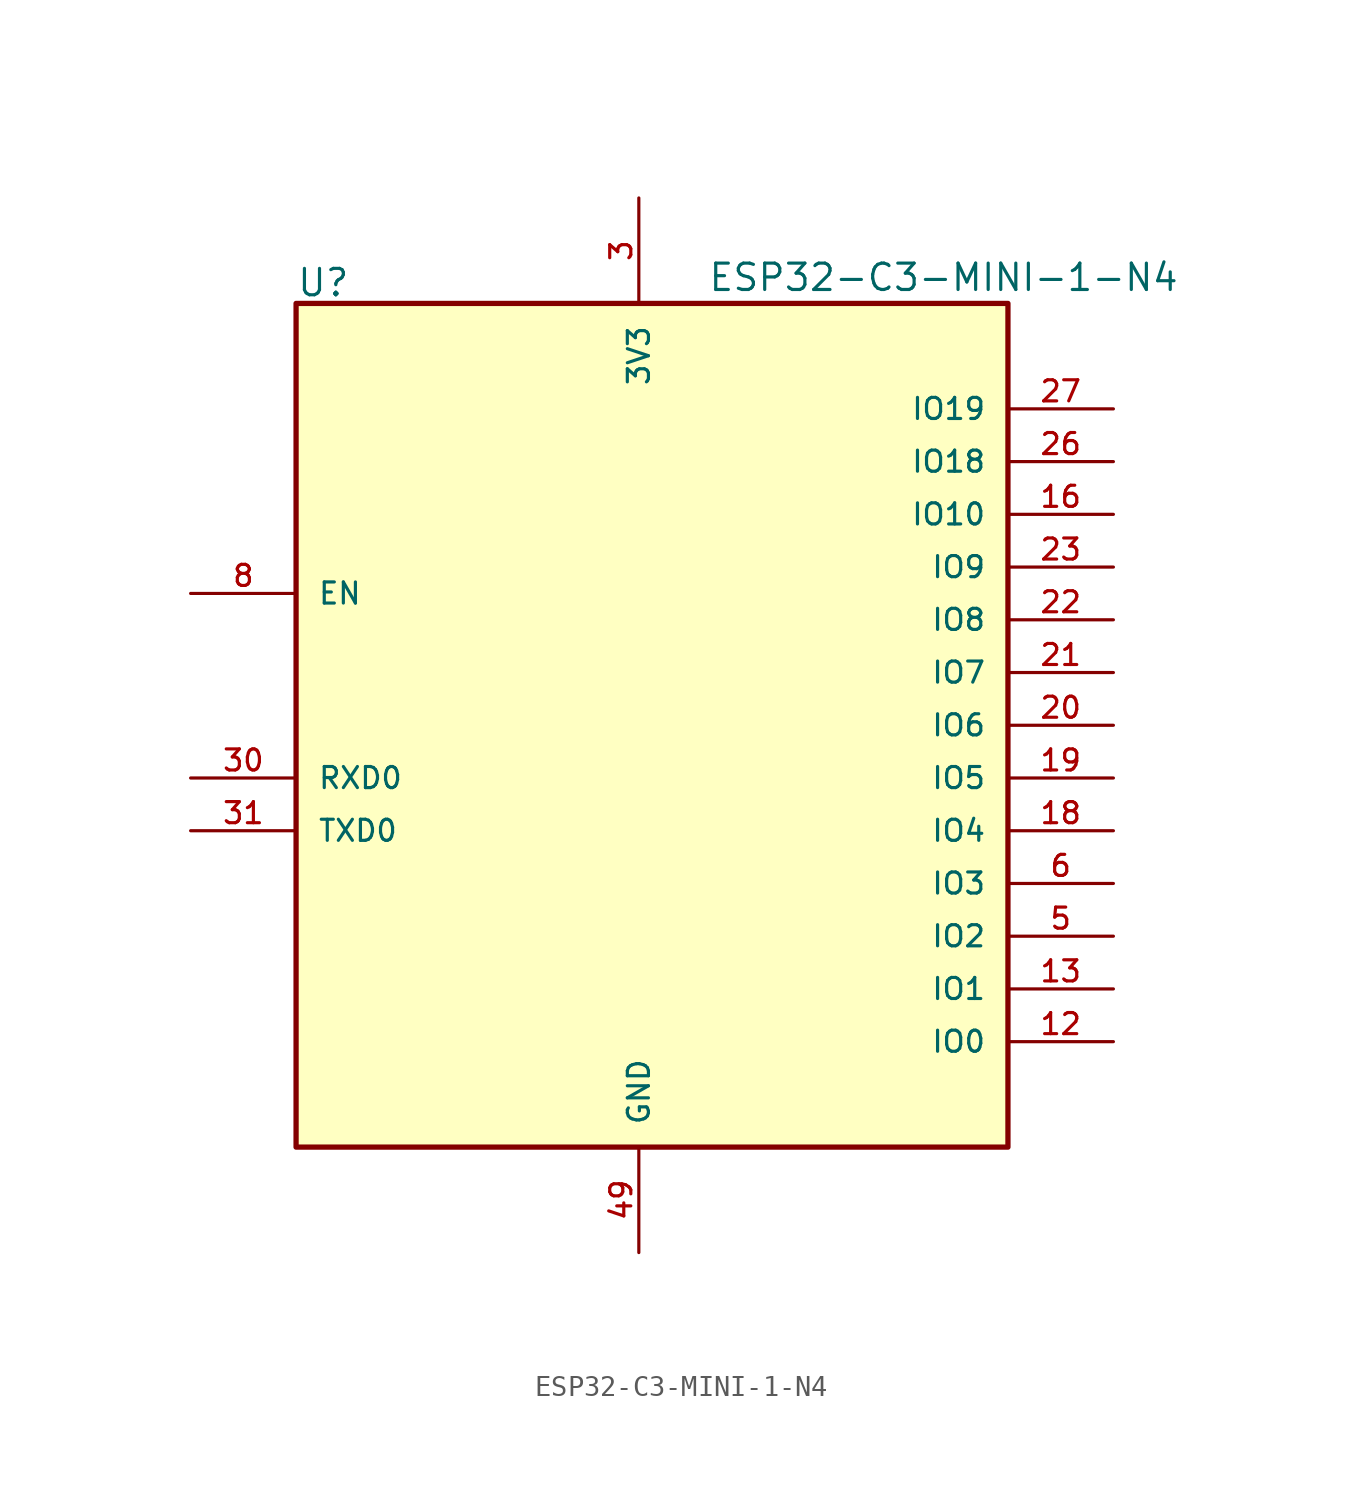
<source format=kicad_sym>
(kicad_symbol_lib
  (version 20231120)
  (generator "kicad_symbol_editor")
  (generator_version "8.0")
  (symbol "ESP32-C3-MINI-1-N4"
    (pin_names
      (offset 1.016))
    (property "Reference" "U"
      (at -16.51 18.034 0)
      (effects (font (size 1.27 1.27)) (justify left bottom)))
    (property "Value" "ESP32-C3-MINI-1-N4"
      (at 3.302 18.288 0)
      (effects (font (size 1.27 1.27)) (justify left bottom)))
    (symbol "ESP32-C3-MINI-1-N4_0_0"
      (rectangle (start -16.51 17.78) (end 17.78 -22.86) (stroke (width 0.254) (type default)) (fill (type background)))
      (pin bidirectional line (at 22.86 -17.78 180) (length 5.08) (name "IO0" (effects (font (size 1.016 1.016)))) (number "12" (effects (font (size 1.016 1.016)))))
      (pin bidirectional line (at 22.86 -15.24 180) (length 5.08) (name "IO1" (effects (font (size 1.016 1.016)))) (number "13" (effects (font (size 1.016 1.016)))))
      (pin bidirectional line (at 22.86 7.62 180) (length 5.08) (name "IO10" (effects (font (size 1.016 1.016)))) (number "16" (effects (font (size 1.016 1.016)))))
      (pin bidirectional line (at 22.86 -7.62 180) (length 5.08) (name "IO4" (effects (font (size 1.016 1.016)))) (number "18" (effects (font (size 1.016 1.016)))))
      (pin bidirectional line (at 22.86 -5.08 180) (length 5.08) (name "IO5" (effects (font (size 1.016 1.016)))) (number "19" (effects (font (size 1.016 1.016)))))
      (pin bidirectional line (at 22.86 -2.54 180) (length 5.08) (name "IO6" (effects (font (size 1.016 1.016)))) (number "20" (effects (font (size 1.016 1.016)))))
      (pin bidirectional line (at 22.86 0 180) (length 5.08) (name "IO7" (effects (font (size 1.016 1.016)))) (number "21" (effects (font (size 1.016 1.016)))))
      (pin bidirectional line (at 22.86 2.54 180) (length 5.08) (name "IO8" (effects (font (size 1.016 1.016)))) (number "22" (effects (font (size 1.016 1.016)))))
      (pin bidirectional line (at 22.86 5.08 180) (length 5.08) (name "IO9" (effects (font (size 1.016 1.016)))) (number "23" (effects (font (size 1.016 1.016)))))
      (pin bidirectional line (at 22.86 10.16 180) (length 5.08) (name "IO18" (effects (font (size 1.016 1.016)))) (number "26" (effects (font (size 1.016 1.016)))))
      (pin bidirectional line (at 22.86 12.7 180) (length 5.08) (name "IO19" (effects (font (size 1.016 1.016)))) (number "27" (effects (font (size 1.016 1.016)))))
      (pin power_in line (at 0 22.86 270) (length 5.08) (name "3V3" (effects (font (size 1.016 1.016)))) (number "3" (effects (font (size 1.016 1.016)))))
      (pin bidirectional line (at -21.59 -5.08 0) (length 5.08) (name "RXD0" (effects (font (size 1.016 1.016)))) (number "30" (effects (font (size 1.016 1.016)))))
      (pin bidirectional line (at -21.59 -7.62 0) (length 5.08) (name "TXD0" (effects (font (size 1.016 1.016)))) (number "31" (effects (font (size 1.016 1.016)))))
      (pin bidirectional line (at 22.86 -12.7 180) (length 5.08) (name "IO2" (effects (font (size 1.016 1.016)))) (number "5" (effects (font (size 1.016 1.016)))))
      (pin bidirectional line (at 22.86 -10.16 180) (length 5.08) (name "IO3" (effects (font (size 1.016 1.016)))) (number "6" (effects (font (size 1.016 1.016)))))
      (pin input line (at -21.59 3.81 0) (length 5.08) (name "EN" (effects (font (size 1.016 1.016)))) (number "8" (effects (font (size 1.016 1.016))))))
    (symbol "ESP32-C3-MINI-1-N4_1_0"
      (pin power_in line (at 0 -27.94 90) (length 5.08) (name "GND" (effects (font (size 1.016 1.016)))) (number "49" (effects (font (size 1.016 1.016))))))))
</source>
